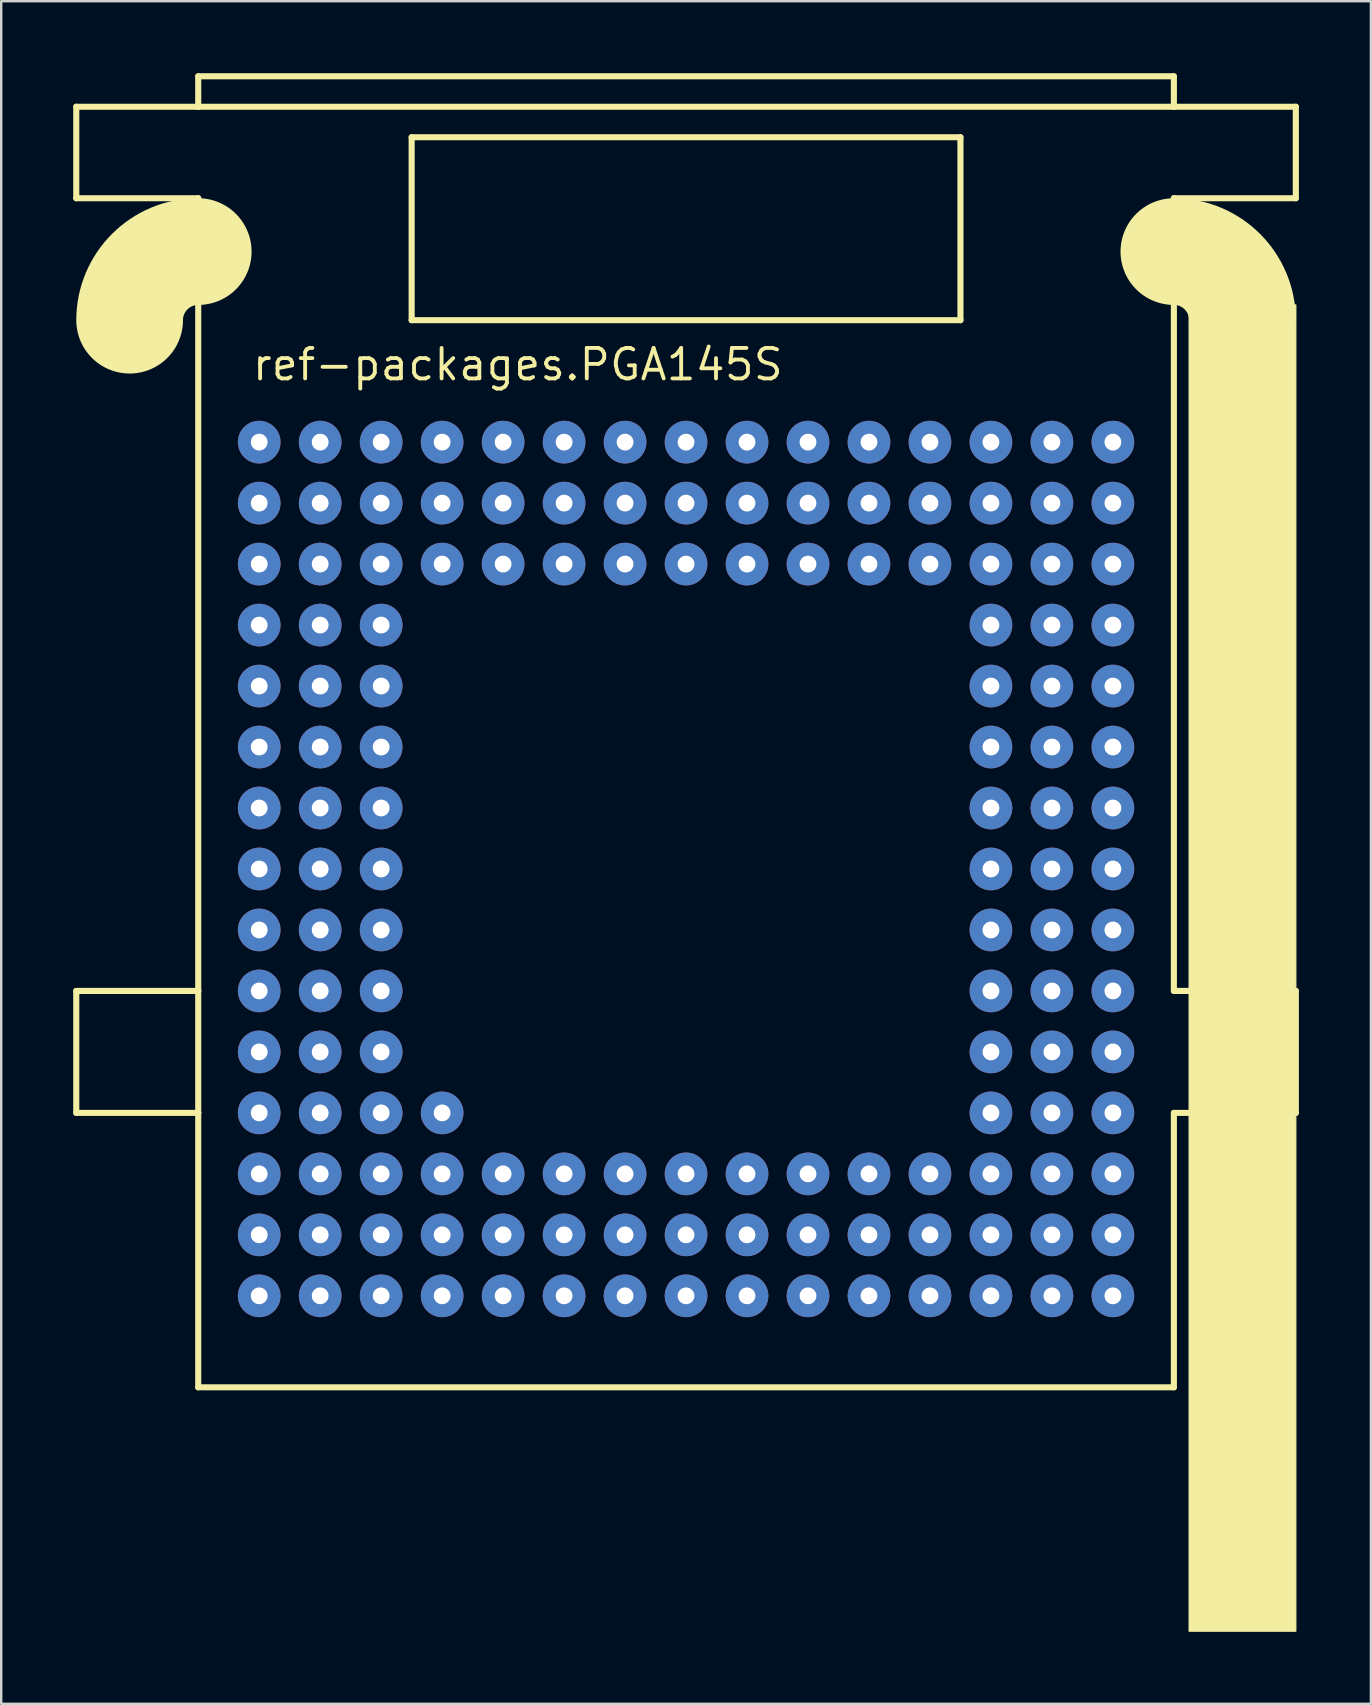
<source format=kicad_pcb>
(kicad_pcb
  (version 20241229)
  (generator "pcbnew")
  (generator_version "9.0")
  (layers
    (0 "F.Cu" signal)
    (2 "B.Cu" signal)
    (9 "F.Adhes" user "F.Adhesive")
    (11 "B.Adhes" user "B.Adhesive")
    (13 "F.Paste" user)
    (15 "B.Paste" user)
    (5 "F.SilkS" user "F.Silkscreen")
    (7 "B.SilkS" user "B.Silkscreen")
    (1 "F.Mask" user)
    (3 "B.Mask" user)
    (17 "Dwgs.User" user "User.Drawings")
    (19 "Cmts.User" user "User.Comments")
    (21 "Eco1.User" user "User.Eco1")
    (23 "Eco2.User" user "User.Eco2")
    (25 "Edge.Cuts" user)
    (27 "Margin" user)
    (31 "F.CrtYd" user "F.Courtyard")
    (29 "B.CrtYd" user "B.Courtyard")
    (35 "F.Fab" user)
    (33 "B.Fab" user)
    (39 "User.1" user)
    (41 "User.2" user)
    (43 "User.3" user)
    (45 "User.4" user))
  (footprint "ref-packages.PGA145S"
    (layer "F.Cu")
    (at 25.527 33.147)
    (property "Reference" "ref-packages.PGA145S" (at -18.15 -20.27 0) (layer "F.SilkS") (effects (font (size 1.27 1.27) (thickness 0.16)) (justify left bottom)))
    (attr through_hole)
    (fp_line (start -25.4 -31.75) (end -25.4 -27.94) (stroke (width 0.254) (type default)) (layer "F.SilkS"))
    (fp_line (start -25.4 -27.94) (end -20.32 -27.94) (stroke (width 0.254) (type default)) (layer "F.SilkS"))
    (fp_line (start -25.4 5.08) (end -25.4 10.16) (stroke (width 0.254) (type default)) (layer "F.SilkS"))
    (fp_line (start -25.4 5.08) (end -20.32 5.08) (stroke (width 0.254) (type default)) (layer "F.SilkS"))
    (fp_line (start -20.32 -33.02) (end 20.32 -33.02) (stroke (width 0.254) (type default)) (layer "F.SilkS"))
    (fp_line (start -20.32 -31.75) (end -25.4 -31.75) (stroke (width 0.254) (type default)) (layer "F.SilkS"))
    (fp_line (start -20.32 -31.75) (end -20.32 -33.02) (stroke (width 0.254) (type default)) (layer "F.SilkS"))
    (fp_line (start -20.32 -27.94) (end -20.32 -25.718) (stroke (width 0.254) (type default)) (layer "F.SilkS"))
    (fp_line (start -20.32 -25.718) (end -20.32 5.08) (stroke (width 0.254) (type default)) (layer "F.SilkS"))
    (fp_line (start -20.32 5.08) (end -20.32 10.16) (stroke (width 0.254) (type default)) (layer "F.SilkS"))
    (fp_line (start -20.32 10.16) (end -25.4 10.16) (stroke (width 0.254) (type default)) (layer "F.SilkS"))
    (fp_line (start -20.32 10.16) (end -20.32 21.59) (stroke (width 0.254) (type default)) (layer "F.SilkS"))
    (fp_line (start -20.32 21.59) (end 20.32 21.59) (stroke (width 0.254) (type default)) (layer "F.SilkS"))
    (fp_line (start -11.43 -30.48) (end -11.43 -22.86) (stroke (width 0.254) (type default)) (layer "F.SilkS"))
    (fp_line (start -11.43 -22.86) (end 11.43 -22.86) (stroke (width 0.254) (type default)) (layer "F.SilkS"))
    (fp_line (start 11.43 -30.48) (end -11.43 -30.48) (stroke (width 0.254) (type default)) (layer "F.SilkS"))
    (fp_line (start 11.43 -22.86) (end 11.43 -30.48) (stroke (width 0.254) (type default)) (layer "F.SilkS"))
    (fp_line (start 20.32 -33.02) (end 20.32 -31.75) (stroke (width 0.254) (type default)) (layer "F.SilkS"))
    (fp_line (start 20.32 -31.75) (end -20.32 -31.75) (stroke (width 0.254) (type default)) (layer "F.SilkS"))
    (fp_line (start 20.32 -27.94) (end 25.4 -27.94) (stroke (width 0.254) (type default)) (layer "F.SilkS"))
    (fp_line (start 20.32 -25.718) (end 20.32 -27.94) (stroke (width 0.254) (type default)) (layer "F.SilkS"))
    (fp_line (start 20.32 5.08) (end 20.32 -25.718) (stroke (width 0.254) (type default)) (layer "F.SilkS"))
    (fp_line (start 20.32 10.16) (end 25.4 10.16) (stroke (width 0.254) (type default)) (layer "F.SilkS"))
    (fp_line (start 20.32 21.59) (end 20.32 10.16) (stroke (width 0.254) (type default)) (layer "F.SilkS"))
    (fp_line (start 25.4 -31.75) (end 20.32 -31.75) (stroke (width 0.254) (type default)) (layer "F.SilkS"))
    (fp_line (start 25.4 -31.75) (end 25.4 -27.94) (stroke (width 0.254) (type default)) (layer "F.SilkS"))
    (fp_line (start 25.4 5.08) (end 20.32 5.08) (stroke (width 0.254) (type default)) (layer "F.SilkS"))
    (fp_line (start 25.4 5.08) (end 25.4 10.16) (stroke (width 0.254) (type default)) (layer "F.SilkS"))
    (fp_rect (start 20.955 31.75) (end 25.4 -23.495) (stroke (width 0.05) (type default)) (fill yes) (layer "F.SilkS"))
    (fp_arc (start -23.1775 -22.86) (mid -22.340558 -24.880558) (end -20.32 -25.7175) (stroke (width 4.445) (type default)) (layer "F.SilkS"))
    (fp_arc (start 20.32 -25.7175) (mid 22.340558 -24.880558) (end 23.1775 -22.86) (stroke (width 4.445) (type default)) (layer "F.SilkS"))
    (pad "A1" thru_hole circle (at -17.78 -17.78) (size 1.778 1.778) (drill 0.7) (layers "*.Cu" "*.Mask"))
    (pad "A2" thru_hole circle (at -15.24 -17.78) (size 1.778 1.778) (drill 0.7) (layers "*.Cu" "*.Mask"))
    (pad "A3" thru_hole circle (at -12.7 -17.78) (size 1.778 1.778) (drill 0.7) (layers "*.Cu" "*.Mask"))
    (pad "A4" thru_hole circle (at -10.16 -17.78) (size 1.778 1.778) (drill 0.7) (layers "*.Cu" "*.Mask"))
    (pad "A5" thru_hole circle (at -7.62 -17.78) (size 1.778 1.778) (drill 0.7) (layers "*.Cu" "*.Mask"))
    (pad "A6" thru_hole circle (at -5.08 -17.78) (size 1.778 1.778) (drill 0.7) (layers "*.Cu" "*.Mask"))
    (pad "A7" thru_hole circle (at -2.54 -17.78) (size 1.778 1.778) (drill 0.7) (layers "*.Cu" "*.Mask"))
    (pad "A8" thru_hole circle (at 0 -17.78) (size 1.778 1.778) (drill 0.7) (layers "*.Cu" "*.Mask"))
    (pad "A9" thru_hole circle (at 2.54 -17.78) (size 1.778 1.778) (drill 0.7) (layers "*.Cu" "*.Mask"))
    (pad "A10" thru_hole circle (at 5.08 -17.78) (size 1.778 1.778) (drill 0.7) (layers "*.Cu" "*.Mask"))
    (pad "A11" thru_hole circle (at 7.62 -17.78) (size 1.778 1.778) (drill 0.7) (layers "*.Cu" "*.Mask"))
    (pad "A12" thru_hole circle (at 10.16 -17.78) (size 1.778 1.778) (drill 0.7) (layers "*.Cu" "*.Mask"))
    (pad "A13" thru_hole circle (at 12.7 -17.78) (size 1.778 1.778) (drill 0.7) (layers "*.Cu" "*.Mask"))
    (pad "A14" thru_hole circle (at 15.24 -17.78) (size 1.778 1.778) (drill 0.7) (layers "*.Cu" "*.Mask"))
    (pad "A15" thru_hole circle (at 17.78 -17.78) (size 1.778 1.778) (drill 0.7) (layers "*.Cu" "*.Mask"))
    (pad "B1" thru_hole circle (at -17.78 -15.24) (size 1.778 1.778) (drill 0.7) (layers "*.Cu" "*.Mask"))
    (pad "B2" thru_hole circle (at -15.24 -15.24) (size 1.778 1.778) (drill 0.7) (layers "*.Cu" "*.Mask"))
    (pad "B3" thru_hole circle (at -12.7 -15.24) (size 1.778 1.778) (drill 0.7) (layers "*.Cu" "*.Mask"))
    (pad "B4" thru_hole circle (at -10.16 -15.24) (size 1.778 1.778) (drill 0.7) (layers "*.Cu" "*.Mask"))
    (pad "B5" thru_hole circle (at -7.62 -15.24) (size 1.778 1.778) (drill 0.7) (layers "*.Cu" "*.Mask"))
    (pad "B6" thru_hole circle (at -5.08 -15.24) (size 1.778 1.778) (drill 0.7) (layers "*.Cu" "*.Mask"))
    (pad "B7" thru_hole circle (at -2.54 -15.24) (size 1.778 1.778) (drill 0.7) (layers "*.Cu" "*.Mask"))
    (pad "B8" thru_hole circle (at 0 -15.24) (size 1.778 1.778) (drill 0.7) (layers "*.Cu" "*.Mask"))
    (pad "B9" thru_hole circle (at 2.54 -15.24) (size 1.778 1.778) (drill 0.7) (layers "*.Cu" "*.Mask"))
    (pad "B10" thru_hole circle (at 5.08 -15.24) (size 1.778 1.778) (drill 0.7) (layers "*.Cu" "*.Mask"))
    (pad "B11" thru_hole circle (at 7.62 -15.24) (size 1.778 1.778) (drill 0.7) (layers "*.Cu" "*.Mask"))
    (pad "B12" thru_hole circle (at 10.16 -15.24) (size 1.778 1.778) (drill 0.7) (layers "*.Cu" "*.Mask"))
    (pad "B13" thru_hole circle (at 12.7 -15.24) (size 1.778 1.778) (drill 0.7) (layers "*.Cu" "*.Mask"))
    (pad "B14" thru_hole circle (at 15.24 -15.24) (size 1.778 1.778) (drill 0.7) (layers "*.Cu" "*.Mask"))
    (pad "B15" thru_hole circle (at 17.78 -15.24) (size 1.778 1.778) (drill 0.7) (layers "*.Cu" "*.Mask"))
    (pad "C1" thru_hole circle (at -17.78 -12.7) (size 1.778 1.778) (drill 0.7) (layers "*.Cu" "*.Mask"))
    (pad "C2" thru_hole circle (at -15.24 -12.7) (size 1.778 1.778) (drill 0.7) (layers "*.Cu" "*.Mask"))
    (pad "C3" thru_hole circle (at -12.7 -12.7) (size 1.778 1.778) (drill 0.7) (layers "*.Cu" "*.Mask"))
    (pad "C4" thru_hole circle (at -10.16 -12.7) (size 1.778 1.778) (drill 0.7) (layers "*.Cu" "*.Mask"))
    (pad "C5" thru_hole circle (at -7.62 -12.7) (size 1.778 1.778) (drill 0.7) (layers "*.Cu" "*.Mask"))
    (pad "C6" thru_hole circle (at -5.08 -12.7) (size 1.778 1.778) (drill 0.7) (layers "*.Cu" "*.Mask"))
    (pad "C7" thru_hole circle (at -2.54 -12.7) (size 1.778 1.778) (drill 0.7) (layers "*.Cu" "*.Mask"))
    (pad "C8" thru_hole circle (at 0 -12.7) (size 1.778 1.778) (drill 0.7) (layers "*.Cu" "*.Mask"))
    (pad "C9" thru_hole circle (at 2.54 -12.7) (size 1.778 1.778) (drill 0.7) (layers "*.Cu" "*.Mask"))
    (pad "C10" thru_hole circle (at 5.08 -12.7) (size 1.778 1.778) (drill 0.7) (layers "*.Cu" "*.Mask"))
    (pad "C11" thru_hole circle (at 7.62 -12.7) (size 1.778 1.778) (drill 0.7) (layers "*.Cu" "*.Mask"))
    (pad "C12" thru_hole circle (at 10.16 -12.7) (size 1.778 1.778) (drill 0.7) (layers "*.Cu" "*.Mask"))
    (pad "C13" thru_hole circle (at 12.7 -12.7) (size 1.778 1.778) (drill 0.7) (layers "*.Cu" "*.Mask"))
    (pad "C14" thru_hole circle (at 15.24 -12.7) (size 1.778 1.778) (drill 0.7) (layers "*.Cu" "*.Mask"))
    (pad "C15" thru_hole circle (at 17.78 -12.7) (size 1.778 1.778) (drill 0.7) (layers "*.Cu" "*.Mask"))
    (pad "D1" thru_hole circle (at -17.78 -10.16) (size 1.778 1.778) (drill 0.7) (layers "*.Cu" "*.Mask"))
    (pad "D2" thru_hole circle (at -15.24 -10.16) (size 1.778 1.778) (drill 0.7) (layers "*.Cu" "*.Mask"))
    (pad "D3" thru_hole circle (at -12.7 -10.16) (size 1.778 1.778) (drill 0.7) (layers "*.Cu" "*.Mask"))
    (pad "D13" thru_hole circle (at 12.7 -10.16) (size 1.778 1.778) (drill 0.7) (layers "*.Cu" "*.Mask"))
    (pad "D14" thru_hole circle (at 15.24 -10.16) (size 1.778 1.778) (drill 0.7) (layers "*.Cu" "*.Mask"))
    (pad "D15" thru_hole circle (at 17.78 -10.16) (size 1.778 1.778) (drill 0.7) (layers "*.Cu" "*.Mask"))
    (pad "E1" thru_hole circle (at -17.78 -7.62) (size 1.778 1.778) (drill 0.7) (layers "*.Cu" "*.Mask"))
    (pad "E2" thru_hole circle (at -15.24 -7.62) (size 1.778 1.778) (drill 0.7) (layers "*.Cu" "*.Mask"))
    (pad "E3" thru_hole circle (at -12.7 -7.62) (size 1.778 1.778) (drill 0.7) (layers "*.Cu" "*.Mask"))
    (pad "E13" thru_hole circle (at 12.7 -7.62) (size 1.778 1.778) (drill 0.7) (layers "*.Cu" "*.Mask"))
    (pad "E14" thru_hole circle (at 15.24 -7.62) (size 1.778 1.778) (drill 0.7) (layers "*.Cu" "*.Mask"))
    (pad "E15" thru_hole circle (at 17.78 -7.62) (size 1.778 1.778) (drill 0.7) (layers "*.Cu" "*.Mask"))
    (pad "F1" thru_hole circle (at -17.78 -5.08) (size 1.778 1.778) (drill 0.7) (layers "*.Cu" "*.Mask"))
    (pad "F2" thru_hole circle (at -15.24 -5.08) (size 1.778 1.778) (drill 0.7) (layers "*.Cu" "*.Mask"))
    (pad "F3" thru_hole circle (at -12.7 -5.08) (size 1.778 1.778) (drill 0.7) (layers "*.Cu" "*.Mask"))
    (pad "F13" thru_hole circle (at 12.7 -5.08) (size 1.778 1.778) (drill 0.7) (layers "*.Cu" "*.Mask"))
    (pad "F14" thru_hole circle (at 15.24 -5.08) (size 1.778 1.778) (drill 0.7) (layers "*.Cu" "*.Mask"))
    (pad "F15" thru_hole circle (at 17.78 -5.08) (size 1.778 1.778) (drill 0.7) (layers "*.Cu" "*.Mask"))
    (pad "G1" thru_hole circle (at -17.78 -2.54) (size 1.778 1.778) (drill 0.7) (layers "*.Cu" "*.Mask"))
    (pad "G2" thru_hole circle (at -15.24 -2.54) (size 1.778 1.778) (drill 0.7) (layers "*.Cu" "*.Mask"))
    (pad "G3" thru_hole circle (at -12.7 -2.54) (size 1.778 1.778) (drill 0.7) (layers "*.Cu" "*.Mask"))
    (pad "G13" thru_hole circle (at 12.7 -2.54) (size 1.778 1.778) (drill 0.7) (layers "*.Cu" "*.Mask"))
    (pad "G14" thru_hole circle (at 15.24 -2.54) (size 1.778 1.778) (drill 0.7) (layers "*.Cu" "*.Mask"))
    (pad "G15" thru_hole circle (at 17.78 -2.54) (size 1.778 1.778) (drill 0.7) (layers "*.Cu" "*.Mask"))
    (pad "H1" thru_hole circle (at -17.78 0) (size 1.778 1.778) (drill 0.7) (layers "*.Cu" "*.Mask"))
    (pad "H2" thru_hole circle (at -15.24 0) (size 1.778 1.778) (drill 0.7) (layers "*.Cu" "*.Mask"))
    (pad "H3" thru_hole circle (at -12.7 0) (size 1.778 1.778) (drill 0.7) (layers "*.Cu" "*.Mask"))
    (pad "H13" thru_hole circle (at 12.7 0) (size 1.778 1.778) (drill 0.7) (layers "*.Cu" "*.Mask"))
    (pad "H14" thru_hole circle (at 15.24 0) (size 1.778 1.778) (drill 0.7) (layers "*.Cu" "*.Mask"))
    (pad "H15" thru_hole circle (at 17.78 0) (size 1.778 1.778) (drill 0.7) (layers "*.Cu" "*.Mask"))
    (pad "J1" thru_hole circle (at -17.78 2.54) (size 1.778 1.778) (drill 0.7) (layers "*.Cu" "*.Mask"))
    (pad "J2" thru_hole circle (at -15.24 2.54) (size 1.778 1.778) (drill 0.7) (layers "*.Cu" "*.Mask"))
    (pad "J3" thru_hole circle (at -12.7 2.54) (size 1.778 1.778) (drill 0.7) (layers "*.Cu" "*.Mask"))
    (pad "J13" thru_hole circle (at 12.7 2.54) (size 1.778 1.778) (drill 0.7) (layers "*.Cu" "*.Mask"))
    (pad "J14" thru_hole circle (at 15.24 2.54) (size 1.778 1.778) (drill 0.7) (layers "*.Cu" "*.Mask"))
    (pad "J15" thru_hole circle (at 17.78 2.54) (size 1.778 1.778) (drill 0.7) (layers "*.Cu" "*.Mask"))
    (pad "K1" thru_hole circle (at -17.78 5.08) (size 1.778 1.778) (drill 0.7) (layers "*.Cu" "*.Mask"))
    (pad "K2" thru_hole circle (at -15.24 5.08) (size 1.778 1.778) (drill 0.7) (layers "*.Cu" "*.Mask"))
    (pad "K3" thru_hole circle (at -12.7 5.08) (size 1.778 1.778) (drill 0.7) (layers "*.Cu" "*.Mask"))
    (pad "K13" thru_hole circle (at 12.7 5.08) (size 1.778 1.778) (drill 0.7) (layers "*.Cu" "*.Mask"))
    (pad "K14" thru_hole circle (at 15.24 5.08) (size 1.778 1.778) (drill 0.7) (layers "*.Cu" "*.Mask"))
    (pad "K15" thru_hole circle (at 17.78 5.08) (size 1.778 1.778) (drill 0.7) (layers "*.Cu" "*.Mask"))
    (pad "L1" thru_hole circle (at -17.78 7.62) (size 1.778 1.778) (drill 0.7) (layers "*.Cu" "*.Mask"))
    (pad "L2" thru_hole circle (at -15.24 7.62) (size 1.778 1.778) (drill 0.7) (layers "*.Cu" "*.Mask"))
    (pad "L3" thru_hole circle (at -12.7 7.62) (size 1.778 1.778) (drill 0.7) (layers "*.Cu" "*.Mask"))
    (pad "L13" thru_hole circle (at 12.7 7.62) (size 1.778 1.778) (drill 0.7) (layers "*.Cu" "*.Mask"))
    (pad "L14" thru_hole circle (at 15.24 7.62) (size 1.778 1.778) (drill 0.7) (layers "*.Cu" "*.Mask"))
    (pad "L15" thru_hole circle (at 17.78 7.62) (size 1.778 1.778) (drill 0.7) (layers "*.Cu" "*.Mask"))
    (pad "M1" thru_hole circle (at -17.78 10.16) (size 1.778 1.778) (drill 0.7) (layers "*.Cu" "*.Mask"))
    (pad "M2" thru_hole circle (at -15.24 10.16) (size 1.778 1.778) (drill 0.7) (layers "*.Cu" "*.Mask"))
    (pad "M3" thru_hole circle (at -12.7 10.16) (size 1.778 1.778) (drill 0.7) (layers "*.Cu" "*.Mask"))
    (pad "M4" thru_hole circle (at -10.16 10.16) (size 1.778 1.778) (drill 0.7) (layers "*.Cu" "*.Mask"))
    (pad "M13" thru_hole circle (at 12.7 10.16) (size 1.778 1.778) (drill 0.7) (layers "*.Cu" "*.Mask"))
    (pad "M14" thru_hole circle (at 15.24 10.16) (size 1.778 1.778) (drill 0.7) (layers "*.Cu" "*.Mask"))
    (pad "M15" thru_hole circle (at 17.78 10.16) (size 1.778 1.778) (drill 0.7) (layers "*.Cu" "*.Mask"))
    (pad "N1" thru_hole circle (at -17.78 12.7) (size 1.778 1.778) (drill 0.7) (layers "*.Cu" "*.Mask"))
    (pad "N2" thru_hole circle (at -15.24 12.7) (size 1.778 1.778) (drill 0.7) (layers "*.Cu" "*.Mask"))
    (pad "N3" thru_hole circle (at -12.7 12.7) (size 1.778 1.778) (drill 0.7) (layers "*.Cu" "*.Mask"))
    (pad "N4" thru_hole circle (at -10.16 12.7) (size 1.778 1.778) (drill 0.7) (layers "*.Cu" "*.Mask"))
    (pad "N5" thru_hole circle (at -7.62 12.7) (size 1.778 1.778) (drill 0.7) (layers "*.Cu" "*.Mask"))
    (pad "N6" thru_hole circle (at -5.08 12.7) (size 1.778 1.778) (drill 0.7) (layers "*.Cu" "*.Mask"))
    (pad "N7" thru_hole circle (at -2.54 12.7) (size 1.778 1.778) (drill 0.7) (layers "*.Cu" "*.Mask"))
    (pad "N8" thru_hole circle (at 0 12.7) (size 1.778 1.778) (drill 0.7) (layers "*.Cu" "*.Mask"))
    (pad "N9" thru_hole circle (at 2.54 12.7) (size 1.778 1.778) (drill 0.7) (layers "*.Cu" "*.Mask"))
    (pad "N10" thru_hole circle (at 5.08 12.7) (size 1.778 1.778) (drill 0.7) (layers "*.Cu" "*.Mask"))
    (pad "N11" thru_hole circle (at 7.62 12.7) (size 1.778 1.778) (drill 0.7) (layers "*.Cu" "*.Mask"))
    (pad "N12" thru_hole circle (at 10.16 12.7) (size 1.778 1.778) (drill 0.7) (layers "*.Cu" "*.Mask"))
    (pad "N13" thru_hole circle (at 12.7 12.7) (size 1.778 1.778) (drill 0.7) (layers "*.Cu" "*.Mask"))
    (pad "N14" thru_hole circle (at 15.24 12.7) (size 1.778 1.778) (drill 0.7) (layers "*.Cu" "*.Mask"))
    (pad "N15" thru_hole circle (at 17.78 12.7) (size 1.778 1.778) (drill 0.7) (layers "*.Cu" "*.Mask"))
    (pad "P1" thru_hole circle (at -17.78 15.24) (size 1.778 1.778) (drill 0.7) (layers "*.Cu" "*.Mask"))
    (pad "P2" thru_hole circle (at -15.24 15.24) (size 1.778 1.778) (drill 0.7) (layers "*.Cu" "*.Mask"))
    (pad "P3" thru_hole circle (at -12.7 15.24) (size 1.778 1.778) (drill 0.7) (layers "*.Cu" "*.Mask"))
    (pad "P4" thru_hole circle (at -10.16 15.24) (size 1.778 1.778) (drill 0.7) (layers "*.Cu" "*.Mask"))
    (pad "P5" thru_hole circle (at -7.62 15.24) (size 1.778 1.778) (drill 0.7) (layers "*.Cu" "*.Mask"))
    (pad "P6" thru_hole circle (at -5.08 15.24) (size 1.778 1.778) (drill 0.7) (layers "*.Cu" "*.Mask"))
    (pad "P7" thru_hole circle (at -2.54 15.24) (size 1.778 1.778) (drill 0.7) (layers "*.Cu" "*.Mask"))
    (pad "P8" thru_hole circle (at 0 15.24) (size 1.778 1.778) (drill 0.7) (layers "*.Cu" "*.Mask"))
    (pad "P9" thru_hole circle (at 2.54 15.24) (size 1.778 1.778) (drill 0.7) (layers "*.Cu" "*.Mask"))
    (pad "P10" thru_hole circle (at 5.08 15.24) (size 1.778 1.778) (drill 0.7) (layers "*.Cu" "*.Mask"))
    (pad "P11" thru_hole circle (at 7.62 15.24) (size 1.778 1.778) (drill 0.7) (layers "*.Cu" "*.Mask"))
    (pad "P12" thru_hole circle (at 10.16 15.24) (size 1.778 1.778) (drill 0.7) (layers "*.Cu" "*.Mask"))
    (pad "P13" thru_hole circle (at 12.7 15.24) (size 1.778 1.778) (drill 0.7) (layers "*.Cu" "*.Mask"))
    (pad "P14" thru_hole circle (at 15.24 15.24) (size 1.778 1.778) (drill 0.7) (layers "*.Cu" "*.Mask"))
    (pad "P15" thru_hole circle (at 17.78 15.24) (size 1.778 1.778) (drill 0.7) (layers "*.Cu" "*.Mask"))
    (pad "R1" thru_hole circle (at -17.78 17.78) (size 1.778 1.778) (drill 0.7) (layers "*.Cu" "*.Mask"))
    (pad "R2" thru_hole circle (at -15.24 17.78) (size 1.778 1.778) (drill 0.7) (layers "*.Cu" "*.Mask"))
    (pad "R3" thru_hole circle (at -12.7 17.78) (size 1.778 1.778) (drill 0.7) (layers "*.Cu" "*.Mask"))
    (pad "R4" thru_hole circle (at -10.16 17.78) (size 1.778 1.778) (drill 0.7) (layers "*.Cu" "*.Mask"))
    (pad "R5" thru_hole circle (at -7.62 17.78) (size 1.778 1.778) (drill 0.7) (layers "*.Cu" "*.Mask"))
    (pad "R6" thru_hole circle (at -5.08 17.78) (size 1.778 1.778) (drill 0.7) (layers "*.Cu" "*.Mask"))
    (pad "R7" thru_hole circle (at -2.54 17.78) (size 1.778 1.778) (drill 0.7) (layers "*.Cu" "*.Mask"))
    (pad "R8" thru_hole circle (at 0 17.78) (size 1.778 1.778) (drill 0.7) (layers "*.Cu" "*.Mask"))
    (pad "R9" thru_hole circle (at 2.54 17.78) (size 1.778 1.778) (drill 0.7) (layers "*.Cu" "*.Mask"))
    (pad "R10" thru_hole circle (at 5.08 17.78) (size 1.778 1.778) (drill 0.7) (layers "*.Cu" "*.Mask"))
    (pad "R11" thru_hole circle (at 7.62 17.78) (size 1.778 1.778) (drill 0.7) (layers "*.Cu" "*.Mask"))
    (pad "R12" thru_hole circle (at 10.16 17.78) (size 1.778 1.778) (drill 0.7) (layers "*.Cu" "*.Mask"))
    (pad "R13" thru_hole circle (at 12.7 17.78) (size 1.778 1.778) (drill 0.7) (layers "*.Cu" "*.Mask"))
    (pad "R14" thru_hole circle (at 15.24 17.78) (size 1.778 1.778) (drill 0.7) (layers "*.Cu" "*.Mask"))
    (pad "R15" thru_hole circle (at 17.78 17.78) (size 1.778 1.778) (drill 0.7) (layers "*.Cu" "*.Mask")))
  (gr_rect
    (start -3 -3)
    (end 54.054 67.922)
    (stroke (width 0.1) (type default))
    (fill no)
    (layer "Edge.Cuts")))
</source>
